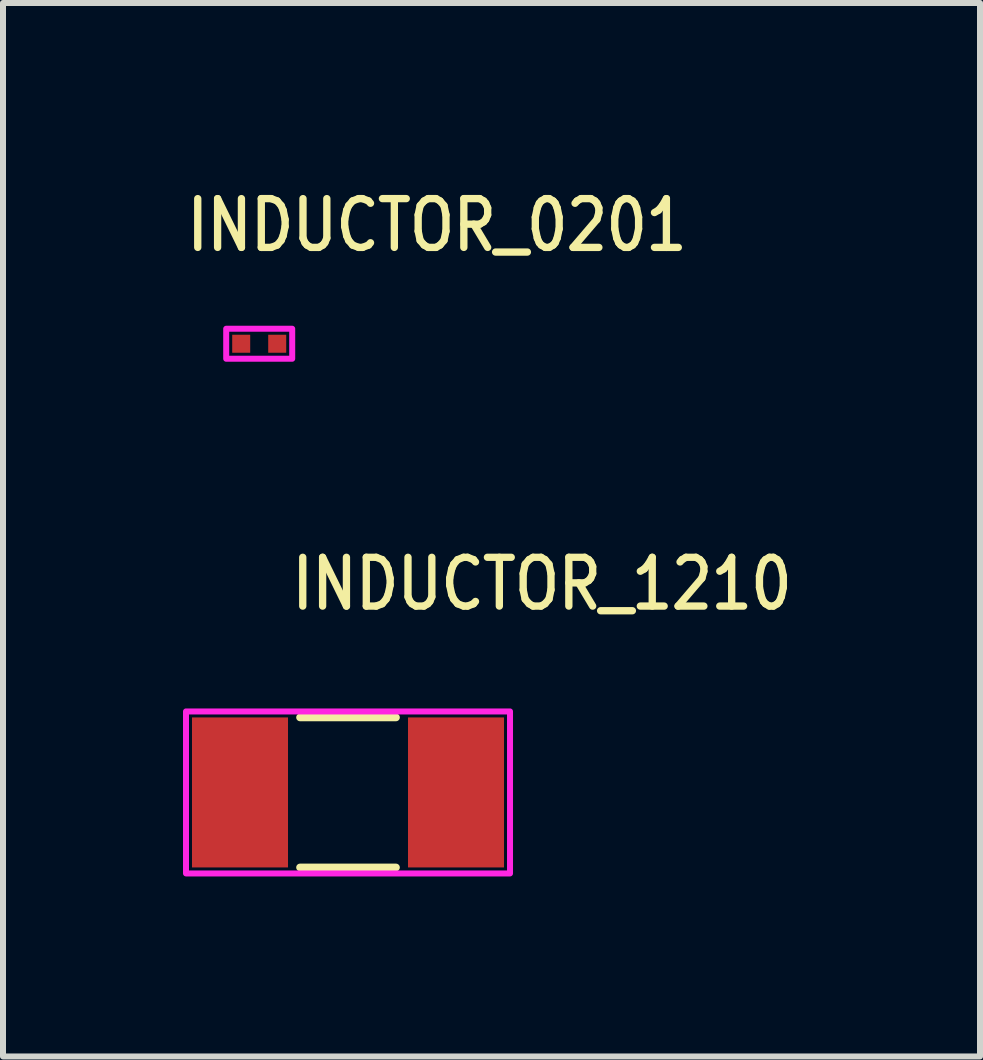
<source format=kicad_pcb>
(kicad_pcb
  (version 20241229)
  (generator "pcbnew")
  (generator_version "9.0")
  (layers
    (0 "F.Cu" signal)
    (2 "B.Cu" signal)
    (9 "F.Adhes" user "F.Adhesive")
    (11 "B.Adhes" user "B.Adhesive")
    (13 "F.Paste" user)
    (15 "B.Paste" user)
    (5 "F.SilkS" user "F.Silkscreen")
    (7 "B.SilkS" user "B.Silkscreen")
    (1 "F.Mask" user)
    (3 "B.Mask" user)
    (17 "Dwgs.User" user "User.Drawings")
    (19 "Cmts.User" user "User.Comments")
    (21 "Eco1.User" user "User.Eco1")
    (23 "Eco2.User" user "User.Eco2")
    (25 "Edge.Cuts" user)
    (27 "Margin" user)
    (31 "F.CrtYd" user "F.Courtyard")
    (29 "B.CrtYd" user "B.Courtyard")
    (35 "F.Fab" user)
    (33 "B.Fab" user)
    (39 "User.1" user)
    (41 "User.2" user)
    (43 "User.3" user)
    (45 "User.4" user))
  (footprint "INDUCTOR_0201"
    (layer "F.Cu")
    (at 1.27 2.679)
    (property "Reference" "INDUCTOR_0201" (at -1.27 -1.5 0) (unlocked yes) (layer "F.SilkS") (effects (font (size 0.813 0.695) (thickness 0.122)) (justify left bottom)))
    (fp_poly (pts (xy -0.55 0.25) (xy 0.55 0.25) (xy 0.55 -0.25) (xy -0.55 -0.25)) (stroke (width 0.1) (type solid)) (fill no) (layer "F.CrtYd"))
    (pad "1" smd rect (at -0.3 0) (size 0.3 0.3) (layers "F.Cu" "F.Mask" "F.Paste"))
    (pad "2" smd rect (at 0.3 0) (size 0.3 0.3) (layers "F.Cu" "F.Mask" "F.Paste")))
  (footprint "INDUCTOR_1210"
    (layer "F.Cu")
    (at 2.75 10.157)
    (property "Reference" "INDUCTOR_1210" (at -1 -3 0) (unlocked yes) (layer "F.SilkS") (effects (font (size 0.813 0.695) (thickness 0.122)) (justify left bottom)))
    (fp_line (start -0.8 -1.25) (end 0.8 -1.25) (stroke (width 0.127) (type solid)) (layer "F.SilkS"))
    (fp_line (start -0.8 1.25) (end 0.8 1.25) (stroke (width 0.127) (type solid)) (layer "F.SilkS"))
    (fp_poly (pts (xy -2.7 -1.35) (xy 2.7 -1.35) (xy 2.7 1.35) (xy -2.7 1.35)) (stroke (width 0.1) (type solid)) (fill no) (layer "F.CrtYd"))
    (pad "1" smd rect (at -1.8 0) (size 1.6 2.5) (layers "F.Cu" "F.Mask" "F.Paste"))
    (pad "2" smd rect (at 1.8 0) (size 1.6 2.5) (layers "F.Cu" "F.Mask" "F.Paste")))
  (gr_rect
    (start -3 -3)
    (end 13.283 14.557)
    (stroke (width 0.1) (type default))
    (fill no)
    (layer "Edge.Cuts")))
</source>
